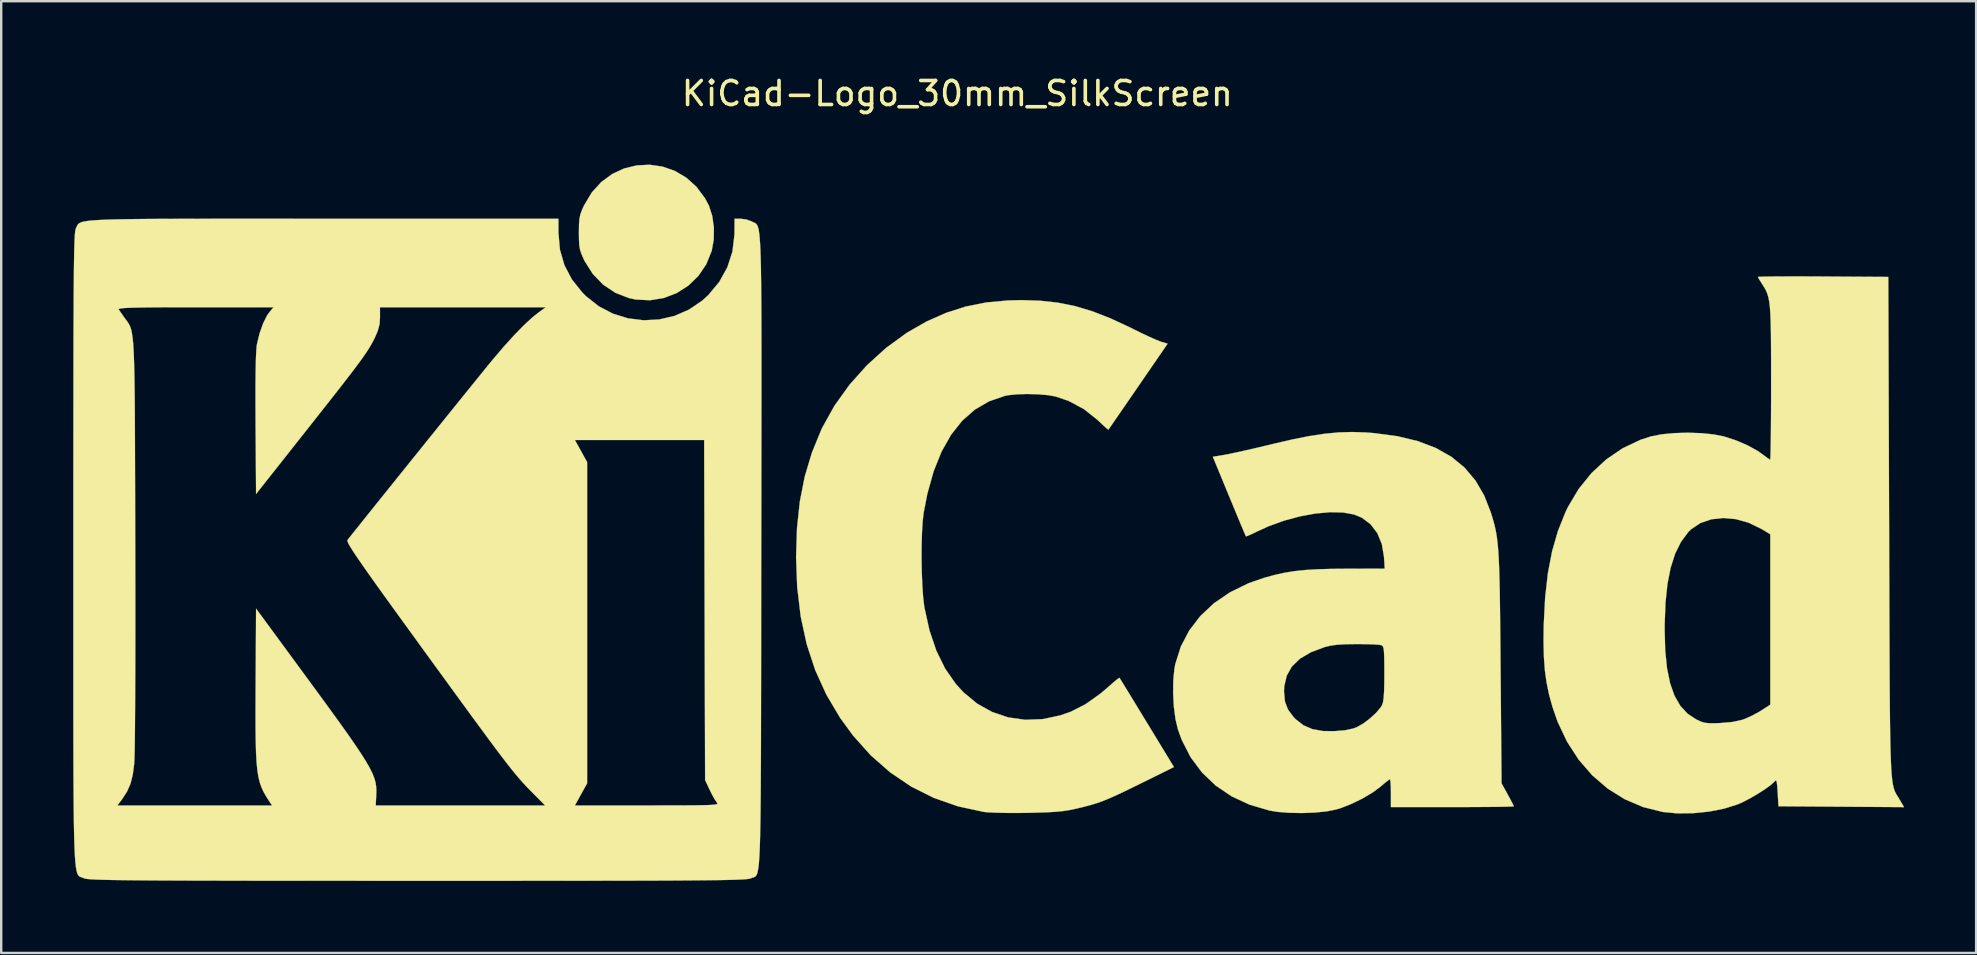
<source format=kicad_pcb>
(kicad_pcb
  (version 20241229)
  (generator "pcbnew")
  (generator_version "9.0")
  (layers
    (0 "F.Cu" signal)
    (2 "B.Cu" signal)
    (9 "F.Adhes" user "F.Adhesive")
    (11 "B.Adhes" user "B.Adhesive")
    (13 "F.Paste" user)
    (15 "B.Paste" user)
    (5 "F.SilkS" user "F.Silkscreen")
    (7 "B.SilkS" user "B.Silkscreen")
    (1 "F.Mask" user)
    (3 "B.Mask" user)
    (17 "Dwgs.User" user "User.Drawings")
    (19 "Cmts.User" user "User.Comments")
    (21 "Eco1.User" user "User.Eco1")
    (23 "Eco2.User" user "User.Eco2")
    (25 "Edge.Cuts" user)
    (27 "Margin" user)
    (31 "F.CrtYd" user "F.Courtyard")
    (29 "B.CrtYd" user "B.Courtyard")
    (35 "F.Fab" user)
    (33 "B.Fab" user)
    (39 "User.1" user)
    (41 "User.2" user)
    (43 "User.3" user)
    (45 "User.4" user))
  (footprint "KiCad-Logo_30mm_SilkScreen"
    (layer "F.Cu")
    (at 38.106 18.628)
    (property "Reference" "KiCad-Logo_30mm_SilkScreen" (at -1.27 -17.78 0) (layer "F.SilkS") (effects (font (size 1 1) (thickness 0.15))))
    (attr exclude_from_pos_files exclude_from_bom allow_missing_courtyard)
    (fp_poly (pts (xy -13.557 -14.738) (xy -13.044 -14.56) (xy -12.567 -14.28) (xy -12.141 -13.898) (xy -11.781 -13.415) (xy -11.619 -13.11) (xy -11.48 -12.683) (xy -11.412 -12.191) (xy -11.419 -11.684) (xy -11.503 -11.226) (xy -11.73 -10.665) (xy -12.061 -10.179) (xy -12.477 -9.777) (xy -12.961 -9.468) (xy -13.499 -9.262) (xy -14.071 -9.168) (xy -14.662 -9.197) (xy -14.953 -9.259) (xy -15.521 -9.48) (xy -16.025 -9.817) (xy -16.454 -10.26) (xy -16.795 -10.798) (xy -16.823 -10.856) (xy -16.923 -11.077) (xy -16.986 -11.263) (xy -17.02 -11.459) (xy -17.033 -11.71) (xy -17.036 -11.983) (xy -17.032 -12.311) (xy -17.015 -12.549) (xy -16.976 -12.741) (xy -16.906 -12.933) (xy -16.82 -13.122) (xy -16.498 -13.66) (xy -16.103 -14.095) (xy -15.648 -14.428) (xy -15.151 -14.659) (xy -14.626 -14.787) (xy -14.09 -14.814) (xy -13.557 -14.738)) (stroke (width 0.01) (type solid)) (fill yes) (layer "F.SilkS"))
    (fp_poly (pts (xy 2.188 -9.148) (xy 2.924 -9.067) (xy 3.638 -8.923) (xy 4.357 -8.708) (xy 5.111 -8.414) (xy 5.93 -8.033) (xy 6.078 -7.959) (xy 6.416 -7.793) (xy 6.735 -7.643) (xy 7.003 -7.524) (xy 7.189 -7.45) (xy 7.218 -7.44) (xy 7.492 -7.358) (xy 6.265 -5.574) (xy 5.966 -5.138) (xy 5.691 -4.739) (xy 5.452 -4.392) (xy 5.257 -4.11) (xy 5.116 -3.905) (xy 5.038 -3.793) (xy 5.026 -3.775) (xy 4.974 -3.812) (xy 4.847 -3.924) (xy 4.668 -4.091) (xy 4.569 -4.185) (xy 4.007 -4.631) (xy 3.377 -4.97) (xy 2.834 -5.156) (xy 2.508 -5.215) (xy 2.099 -5.25) (xy 1.657 -5.262) (xy 1.228 -5.25) (xy 0.861 -5.213) (xy 0.715 -5.185) (xy 0.055 -4.958) (xy -0.539 -4.612) (xy -1.068 -4.146) (xy -1.53 -3.563) (xy -1.927 -2.861) (xy -2.256 -2.043) (xy -2.517 -1.108) (xy -2.673 -0.307) (xy -2.713 0.046) (xy -2.741 0.503) (xy -2.756 1.029) (xy -2.759 1.594) (xy -2.749 2.163) (xy -2.728 2.703) (xy -2.695 3.184) (xy -2.65 3.57) (xy -2.641 3.629) (xy -2.429 4.59) (xy -2.141 5.439) (xy -1.775 6.183) (xy -1.328 6.823) (xy -1.011 7.169) (xy -0.441 7.64) (xy 0.184 7.988) (xy 0.853 8.213) (xy 1.557 8.312) (xy 2.284 8.285) (xy 3.023 8.128) (xy 3.461 7.974) (xy 4.066 7.666) (xy 4.69 7.225) (xy 5.04 6.926) (xy 5.236 6.753) (xy 5.39 6.626) (xy 5.478 6.565) (xy 5.489 6.563) (xy 5.528 6.626) (xy 5.629 6.791) (xy 5.784 7.044) (xy 5.985 7.372) (xy 6.221 7.76) (xy 6.485 8.193) (xy 6.633 8.435) (xy 7.756 10.281) (xy 6.353 10.974) (xy 5.846 11.223) (xy 5.435 11.419) (xy 5.095 11.573) (xy 4.802 11.693) (xy 4.529 11.79) (xy 4.252 11.873) (xy 3.946 11.953) (xy 3.653 12.022) (xy 3.392 12.076) (xy 3.12 12.117) (xy 2.808 12.147) (xy 2.429 12.168) (xy 1.957 12.183) (xy 1.639 12.189) (xy 1.185 12.194) (xy 0.749 12.192) (xy 0.361 12.183) (xy 0.049 12.17) (xy -0.157 12.152) (xy -0.169 12.15) (xy -1.242 11.918) (xy -2.249 11.566) (xy -3.19 11.095) (xy -4.066 10.504) (xy -4.875 9.794) (xy -5.617 8.965) (xy -6.154 8.228) (xy -6.726 7.263) (xy -7.189 6.245) (xy -7.544 5.164) (xy -7.794 4.013) (xy -7.941 2.783) (xy -7.987 1.534) (xy -7.949 0.327) (xy -7.83 -0.788) (xy -7.625 -1.828) (xy -7.33 -2.812) (xy -6.943 -3.759) (xy -6.897 -3.857) (xy -6.387 -4.774) (xy -5.761 -5.647) (xy -5.037 -6.457) (xy -4.232 -7.187) (xy -3.364 -7.818) (xy -2.555 -8.281) (xy -1.738 -8.643) (xy -0.919 -8.906) (xy -0.066 -9.076) (xy 0.851 -9.16) (xy 1.4 -9.173) (xy 2.188 -9.148)) (stroke (width 0.01) (type solid)) (fill yes) (layer "F.SilkS"))
    (fp_poly (pts (xy 34.027 -10.161) (xy 34.608 -10.159) (xy 34.806 -10.157) (xy 37.52 -10.14) (xy 37.554 0.273) (xy 37.558 1.685) (xy 37.562 2.967) (xy 37.566 4.126) (xy 37.57 5.168) (xy 37.574 6.1) (xy 37.578 6.929) (xy 37.584 7.661) (xy 37.59 8.303) (xy 37.598 8.861) (xy 37.607 9.342) (xy 37.618 9.753) (xy 37.631 10.101) (xy 37.646 10.392) (xy 37.664 10.632) (xy 37.685 10.828) (xy 37.709 10.988) (xy 37.736 11.117) (xy 37.766 11.222) (xy 37.801 11.31) (xy 37.84 11.388) (xy 37.883 11.462) (xy 37.931 11.538) (xy 37.983 11.624) (xy 37.994 11.642) (xy 38.175 11.951) (xy 35.56 11.933) (xy 32.945 11.915) (xy 32.911 11.34) (xy 32.892 11.065) (xy 32.873 10.905) (xy 32.847 10.842) (xy 32.807 10.855) (xy 32.774 10.891) (xy 32.63 11.024) (xy 32.396 11.195) (xy 32.105 11.383) (xy 31.788 11.568) (xy 31.481 11.73) (xy 31.244 11.836) (xy 30.691 12.011) (xy 30.056 12.136) (xy 29.386 12.204) (xy 28.728 12.211) (xy 28.129 12.154) (xy 28.12 12.152) (xy 27.301 11.947) (xy 26.534 11.619) (xy 25.827 11.177) (xy 25.187 10.627) (xy 24.622 9.976) (xy 24.139 9.231) (xy 23.745 8.4) (xy 23.53 7.784) (xy 23.388 7.269) (xy 23.284 6.77) (xy 23.212 6.257) (xy 23.171 5.699) (xy 23.156 5.068) (xy 23.162 4.552) (xy 28.201 4.552) (xy 28.225 5.417) (xy 28.3 6.161) (xy 28.429 6.791) (xy 28.614 7.314) (xy 28.857 7.735) (xy 29.161 8.062) (xy 29.511 8.293) (xy 29.694 8.38) (xy 29.852 8.432) (xy 30.029 8.455) (xy 30.266 8.457) (xy 30.521 8.448) (xy 31.023 8.404) (xy 31.42 8.317) (xy 31.545 8.274) (xy 31.83 8.145) (xy 32.131 7.984) (xy 32.262 7.903) (xy 32.603 7.68) (xy 32.603 0.582) (xy 32.228 0.357) (xy 31.704 0.102) (xy 31.169 -0.048) (xy 30.642 -0.096) (xy 30.143 -0.041) (xy 29.691 0.115) (xy 29.307 0.372) (xy 29.182 0.495) (xy 28.883 0.898) (xy 28.641 1.386) (xy 28.454 1.968) (xy 28.319 2.651) (xy 28.236 3.444) (xy 28.202 4.355) (xy 28.201 4.552) (xy 23.162 4.552) (xy 23.165 4.337) (xy 23.223 3.213) (xy 23.338 2.199) (xy 23.515 1.281) (xy 23.757 0.443) (xy 24.065 -0.329) (xy 24.175 -0.558) (xy 24.619 -1.304) (xy 25.155 -1.967) (xy 25.771 -2.537) (xy 26.454 -3.002) (xy 27.191 -3.352) (xy 27.634 -3.496) (xy 28.068 -3.581) (xy 28.591 -3.632) (xy 29.158 -3.649) (xy 29.725 -3.63) (xy 30.25 -3.577) (xy 30.671 -3.494) (xy 31.172 -3.331) (xy 31.658 -3.122) (xy 32.083 -2.887) (xy 32.309 -2.727) (xy 32.465 -2.609) (xy 32.575 -2.537) (xy 32.599 -2.526) (xy 32.607 -2.592) (xy 32.614 -2.782) (xy 32.621 -3.081) (xy 32.627 -3.476) (xy 32.631 -3.955) (xy 32.635 -4.504) (xy 32.637 -5.108) (xy 32.638 -5.725) (xy 32.637 -6.514) (xy 32.635 -7.179) (xy 32.631 -7.733) (xy 32.622 -8.189) (xy 32.609 -8.559) (xy 32.589 -8.857) (xy 32.562 -9.094) (xy 32.526 -9.283) (xy 32.481 -9.438) (xy 32.426 -9.571) (xy 32.358 -9.695) (xy 32.277 -9.822) (xy 32.267 -9.837) (xy 32.163 -10.002) (xy 32.1 -10.115) (xy 32.091 -10.139) (xy 32.157 -10.146) (xy 32.345 -10.152) (xy 32.641 -10.157) (xy 33.029 -10.16) (xy 33.496 -10.161) (xy 34.027 -10.161)) (stroke (width 0.01) (type solid)) (fill yes) (layer "F.SilkS"))
    (fp_poly (pts (xy 15.752 -3.659) (xy 16.091 -3.633) (xy 17.059 -3.505) (xy 17.916 -3.299) (xy 18.666 -3.014) (xy 19.315 -2.647) (xy 19.865 -2.195) (xy 20.321 -1.655) (xy 20.687 -1.024) (xy 20.954 -0.341) (xy 21.022 -0.124) (xy 21.081 0.08) (xy 21.132 0.281) (xy 21.176 0.49) (xy 21.213 0.719) (xy 21.244 0.977) (xy 21.27 1.277) (xy 21.291 1.628) (xy 21.308 2.042) (xy 21.322 2.531) (xy 21.334 3.104) (xy 21.343 3.774) (xy 21.352 4.55) (xy 21.36 5.444) (xy 21.366 6.145) (xy 21.406 10.959) (xy 21.662 11.422) (xy 21.783 11.645) (xy 21.873 11.819) (xy 21.916 11.911) (xy 21.918 11.917) (xy 21.852 11.924) (xy 21.665 11.931) (xy 21.37 11.937) (xy 20.985 11.942) (xy 20.522 11.945) (xy 19.997 11.948) (xy 19.425 11.949) (xy 19.357 11.949) (xy 16.797 11.949) (xy 16.797 11.369) (xy 16.792 11.106) (xy 16.781 10.906) (xy 16.764 10.798) (xy 16.757 10.788) (xy 16.689 10.83) (xy 16.549 10.939) (xy 16.368 11.093) (xy 16.364 11.097) (xy 16.033 11.343) (xy 15.615 11.59) (xy 15.158 11.814) (xy 14.708 11.991) (xy 14.509 12.051) (xy 14.115 12.128) (xy 13.631 12.177) (xy 13.102 12.197) (xy 12.572 12.188) (xy 12.085 12.15) (xy 11.744 12.095) (xy 10.909 11.849) (xy 10.157 11.5) (xy 9.493 11.05) (xy 8.922 10.505) (xy 8.449 9.868) (xy 8.079 9.145) (xy 7.92 8.706) (xy 7.82 8.279) (xy 7.753 7.767) (xy 7.723 7.216) (xy 7.724 7.136) (xy 12.342 7.136) (xy 12.38 7.545) (xy 12.507 7.885) (xy 12.743 8.201) (xy 12.834 8.293) (xy 13.155 8.543) (xy 13.527 8.703) (xy 13.973 8.781) (xy 14.442 8.786) (xy 14.887 8.749) (xy 15.228 8.675) (xy 15.376 8.62) (xy 15.642 8.469) (xy 15.925 8.256) (xy 16.183 8.018) (xy 16.375 7.789) (xy 16.426 7.705) (xy 16.466 7.588) (xy 16.494 7.401) (xy 16.513 7.126) (xy 16.522 6.747) (xy 16.524 6.385) (xy 16.522 5.964) (xy 16.517 5.659) (xy 16.506 5.452) (xy 16.487 5.321) (xy 16.458 5.247) (xy 16.417 5.21) (xy 16.404 5.204) (xy 16.294 5.186) (xy 16.077 5.171) (xy 15.781 5.161) (xy 15.438 5.157) (xy 15.363 5.157) (xy 14.903 5.164) (xy 14.549 5.186) (xy 14.266 5.225) (xy 14.034 5.283) (xy 13.456 5.501) (xy 13.002 5.77) (xy 12.67 6.093) (xy 12.455 6.475) (xy 12.352 6.92) (xy 12.342 7.136) (xy 7.724 7.136) (xy 7.729 6.675) (xy 7.776 6.189) (xy 7.812 5.993) (xy 8.042 5.265) (xy 8.392 4.595) (xy 8.855 3.99) (xy 9.424 3.456) (xy 10.094 2.999) (xy 10.857 2.626) (xy 11.505 2.399) (xy 11.939 2.28) (xy 12.353 2.188) (xy 12.776 2.119) (xy 13.233 2.071) (xy 13.752 2.04) (xy 14.36 2.023) (xy 14.91 2.019) (xy 16.539 2.014) (xy 16.508 1.524) (xy 16.419 0.993) (xy 16.231 0.536) (xy 15.95 0.166) (xy 15.586 -0.108) (xy 15.265 -0.241) (xy 14.806 -0.325) (xy 14.258 -0.337) (xy 13.65 -0.282) (xy 13.004 -0.163) (xy 12.348 0.014) (xy 11.708 0.245) (xy 11.242 0.457) (xy 11.018 0.566) (xy 10.847 0.641) (xy 10.76 0.671) (xy 10.756 0.67) (xy 10.726 0.604) (xy 10.651 0.428) (xy 10.538 0.16) (xy 10.394 -0.185) (xy 10.227 -0.588) (xy 10.057 -0.999) (xy 9.377 -2.647) (xy 9.861 -2.726) (xy 10.07 -2.766) (xy 10.385 -2.833) (xy 10.779 -2.921) (xy 11.224 -3.024) (xy 11.694 -3.135) (xy 11.881 -3.181) (xy 12.69 -3.368) (xy 13.398 -3.509) (xy 14.032 -3.606) (xy 14.618 -3.661) (xy 15.183 -3.678) (xy 15.752 -3.659)) (stroke (width 0.01) (type solid)) (fill yes) (layer "F.SilkS"))
    (fp_poly (pts (xy -29.619 -12.564) (xy -28.303 -12.563) (xy -27.691 -12.563) (xy -17.889 -12.563) (xy -17.889 -11.986) (xy -17.828 -11.283) (xy -17.641 -10.634) (xy -17.329 -10.036) (xy -16.889 -9.486) (xy -16.74 -9.337) (xy -16.205 -8.915) (xy -15.614 -8.607) (xy -14.986 -8.414) (xy -14.338 -8.334) (xy -13.688 -8.368) (xy -13.053 -8.516) (xy -12.451 -8.777) (xy -11.899 -9.152) (xy -11.651 -9.377) (xy -11.189 -9.932) (xy -10.851 -10.541) (xy -10.638 -11.198) (xy -10.555 -11.897) (xy -10.554 -11.966) (xy -10.549 -12.563) (xy -10.287 -12.563) (xy -10.054 -12.532) (xy -9.841 -12.455) (xy -9.827 -12.447) (xy -9.779 -12.422) (xy -9.735 -12.403) (xy -9.694 -12.383) (xy -9.658 -12.358) (xy -9.624 -12.321) (xy -9.594 -12.267) (xy -9.567 -12.19) (xy -9.543 -12.085) (xy -9.522 -11.946) (xy -9.504 -11.767) (xy -9.488 -11.543) (xy -9.474 -11.267) (xy -9.463 -10.935) (xy -9.453 -10.541) (xy -9.446 -10.078) (xy -9.44 -9.542) (xy -9.435 -8.927) (xy -9.432 -8.226) (xy -9.431 -7.435) (xy -9.43 -6.548) (xy -9.43 -5.558) (xy -9.431 -4.461) (xy -9.432 -3.251) (xy -9.434 -1.922) (xy -9.436 -0.468) (xy -9.439 1.116) (xy -9.439 1.309) (xy -9.441 2.903) (xy -9.443 4.366) (xy -9.444 5.704) (xy -9.446 6.923) (xy -9.448 8.027) (xy -9.45 9.023) (xy -9.453 9.917) (xy -9.457 10.714) (xy -9.461 11.419) (xy -9.467 12.038) (xy -9.474 12.578) (xy -9.483 13.043) (xy -9.493 13.44) (xy -9.505 13.773) (xy -9.52 14.049) (xy -9.536 14.273) (xy -9.555 14.451) (xy -9.577 14.589) (xy -9.601 14.692) (xy -9.628 14.766) (xy -9.659 14.816) (xy -9.692 14.849) (xy -9.73 14.869) (xy -9.771 14.883) (xy -9.815 14.896) (xy -9.864 14.914) (xy -9.876 14.919) (xy -9.914 14.931) (xy -9.976 14.942) (xy -10.07 14.953) (xy -10.2 14.962) (xy -10.371 14.97) (xy -10.59 14.978) (xy -10.861 14.985) (xy -11.19 14.991) (xy -11.584 14.996) (xy -12.046 15.001) (xy -12.582 15.005) (xy -13.199 15.009) (xy -13.902 15.012) (xy -14.695 15.014) (xy -15.585 15.016) (xy -16.577 15.017) (xy -17.676 15.019) (xy -18.889 15.019) (xy -20.22 15.02) (xy -21.674 15.02) (xy -23.258 15.02) (xy -23.772 15.02) (xy -25.391 15.02) (xy -26.879 15.019) (xy -28.242 15.019) (xy -29.485 15.018) (xy -30.613 15.017) (xy -31.633 15.015) (xy -32.549 15.013) (xy -33.368 15.011) (xy -34.094 15.008) (xy -34.734 15.005) (xy -35.293 15.001) (xy -35.776 14.996) (xy -36.189 14.991) (xy -36.538 14.986) (xy -36.828 14.979) (xy -37.064 14.972) (xy -37.253 14.964) (xy -37.399 14.955) (xy -37.508 14.945) (xy -37.587 14.934) (xy -37.64 14.922) (xy -37.668 14.911) (xy -37.72 14.89) (xy -37.766 14.874) (xy -37.809 14.858) (xy -37.849 14.836) (xy -37.884 14.804) (xy -37.916 14.754) (xy -37.945 14.682) (xy -37.97 14.581) (xy -37.993 14.447) (xy -38.013 14.273) (xy -38.03 14.054) (xy -38.045 13.784) (xy -38.058 13.458) (xy -38.068 13.069) (xy -38.077 12.613) (xy -38.084 12.084) (xy -38.086 11.881) (xy -36.263 11.881) (xy -29.822 11.881) (xy -29.946 11.693) (xy -30.07 11.5) (xy -30.174 11.316) (xy -30.261 11.129) (xy -30.332 10.925) (xy -30.389 10.692) (xy -30.433 10.416) (xy -30.465 10.086) (xy -30.487 9.687) (xy -30.501 9.208) (xy -30.508 8.635) (xy -30.509 7.955) (xy -30.506 7.156) (xy -30.505 6.86) (xy -30.487 3.68) (xy -28.473 6.423) (xy -27.902 7.2) (xy -27.408 7.878) (xy -26.984 8.464) (xy -26.626 8.967) (xy -26.329 9.397) (xy -26.086 9.762) (xy -25.893 10.071) (xy -25.744 10.334) (xy -25.633 10.559) (xy -25.557 10.755) (xy -25.508 10.931) (xy -25.483 11.097) (xy -25.475 11.261) (xy -25.479 11.432) (xy -25.48 11.453) (xy -25.502 11.881) (xy -21.973 11.881) (xy -18.444 11.881) (xy -18.969 11.351) (xy -19.111 11.206) (xy -19.246 11.066) (xy -19.38 10.921) (xy -19.519 10.764) (xy -19.667 10.589) (xy -19.833 10.386) (xy -20.02 10.148) (xy -20.236 9.867) (xy -20.486 9.536) (xy -20.776 9.147) (xy -21.112 8.691) (xy -21.501 8.162) (xy -21.947 7.551) (xy -22.457 6.851) (xy -23.037 6.054) (xy -23.512 5.4) (xy -24.108 4.578) (xy -24.629 3.86) (xy -25.078 3.238) (xy -25.46 2.706) (xy -25.78 2.256) (xy -26.043 1.882) (xy -26.253 1.578) (xy -26.416 1.336) (xy -26.535 1.149) (xy -26.616 1.011) (xy -26.663 0.915) (xy -26.682 0.854) (xy -26.676 0.822) (xy -26.61 0.736) (xy -26.466 0.555) (xy -26.254 0.29) (xy -25.982 -0.05) (xy -25.66 -0.453) (xy -25.294 -0.908) (xy -24.895 -1.405) (xy -24.47 -1.933) (xy -24.029 -2.482) (xy -23.58 -3.039) (xy -23.334 -3.346) (xy -17.204 -3.346) (xy -16.949 -2.885) (xy -16.694 -2.424) (xy -16.694 10.959) (xy -16.949 11.42) (xy -17.204 11.881) (xy -14.19 11.881) (xy -13.471 11.88) (xy -12.877 11.879) (xy -12.396 11.877) (xy -12.018 11.873) (xy -11.731 11.868) (xy -11.524 11.859) (xy -11.385 11.847) (xy -11.304 11.832) (xy -11.267 11.812) (xy -11.265 11.788) (xy -11.286 11.76) (xy -11.286 11.759) (xy -11.373 11.635) (xy -11.487 11.432) (xy -11.587 11.23) (xy -11.778 10.822) (xy -11.798 3.738) (xy -11.817 -3.346) (xy -17.204 -3.346) (xy -23.334 -3.346) (xy -23.132 -3.595) (xy -22.694 -4.14) (xy -22.273 -4.661) (xy -21.88 -5.149) (xy -21.521 -5.592) (xy -21.207 -5.98) (xy -20.946 -6.302) (xy -20.746 -6.548) (xy -20.628 -6.691) (xy -20.172 -7.227) (xy -19.734 -7.71) (xy -19.328 -8.126) (xy -18.97 -8.457) (xy -18.715 -8.66) (xy -18.415 -8.876) (xy -25.325 -8.876) (xy -25.323 -8.471) (xy -25.342 -8.173) (xy -25.415 -7.896) (xy -25.527 -7.634) (xy -25.6 -7.486) (xy -25.679 -7.34) (xy -25.77 -7.185) (xy -25.881 -7.012) (xy -26.019 -6.811) (xy -26.191 -6.572) (xy -26.405 -6.286) (xy -26.667 -5.943) (xy -26.985 -5.533) (xy -27.366 -5.047) (xy -27.817 -4.475) (xy -28.345 -3.806) (xy -28.404 -3.731) (xy -30.487 -1.097) (xy -30.507 -4.014) (xy -30.511 -4.887) (xy -30.51 -5.627) (xy -30.504 -6.235) (xy -30.494 -6.714) (xy -30.478 -7.066) (xy -30.457 -7.294) (xy -30.45 -7.337) (xy -30.339 -7.792) (xy -30.194 -8.203) (xy -30.029 -8.533) (xy -29.929 -8.673) (xy -29.758 -8.876) (xy -33.011 -8.876) (xy -33.787 -8.876) (xy -34.436 -8.874) (xy -34.968 -8.87) (xy -35.391 -8.864) (xy -35.715 -8.856) (xy -35.95 -8.845) (xy -36.106 -8.831) (xy -36.191 -8.815) (xy -36.215 -8.795) (xy -36.213 -8.791) (xy -36.144 -8.687) (xy -36.029 -8.522) (xy -35.969 -8.438) (xy -35.908 -8.355) (xy -35.852 -8.281) (xy -35.803 -8.208) (xy -35.759 -8.129) (xy -35.72 -8.037) (xy -35.686 -7.924) (xy -35.657 -7.784) (xy -35.632 -7.608) (xy -35.61 -7.39) (xy -35.592 -7.122) (xy -35.577 -6.797) (xy -35.565 -6.408) (xy -35.555 -5.947) (xy -35.547 -5.406) (xy -35.541 -4.779) (xy -35.536 -4.058) (xy -35.533 -3.236) (xy -35.53 -2.306) (xy -35.527 -1.26) (xy -35.524 -0.091) (xy -35.521 0.983) (xy -35.519 2.181) (xy -35.517 3.323) (xy -35.517 4.404) (xy -35.518 5.414) (xy -35.52 6.348) (xy -35.524 7.198) (xy -35.528 7.956) (xy -35.533 8.615) (xy -35.539 9.169) (xy -35.546 9.609) (xy -35.554 9.928) (xy -35.563 10.12) (xy -35.564 10.14) (xy -35.625 10.604) (xy -35.719 10.977) (xy -35.863 11.302) (xy -36.071 11.624) (xy -36.097 11.659) (xy -36.263 11.881) (xy -38.086 11.881) (xy -38.089 11.475) (xy -38.094 10.782) (xy -38.097 9.999) (xy -38.099 9.119) (xy -38.1 8.138) (xy -38.1 7.05) (xy -38.101 5.848) (xy -38.1 4.529) (xy -38.1 3.085) (xy -38.1 1.511) (xy -38.1 1.198) (xy -38.1 -0.392) (xy -38.1 -1.852) (xy -38.099 -3.186) (xy -38.098 -4.4) (xy -38.097 -5.5) (xy -38.095 -6.492) (xy -38.094 -7.381) (xy -38.091 -8.172) (xy -38.088 -8.872) (xy -38.085 -9.486) (xy -38.08 -10.019) (xy -38.076 -10.477) (xy -38.07 -10.866) (xy -38.064 -11.191) (xy -38.057 -11.458) (xy -38.049 -11.673) (xy -38.041 -11.841) (xy -38.031 -11.967) (xy -38.021 -12.058) (xy -38.009 -12.119) (xy -37.997 -12.155) (xy -37.996 -12.156) (xy -37.971 -12.211) (xy -37.949 -12.262) (xy -37.926 -12.307) (xy -37.893 -12.347) (xy -37.845 -12.383) (xy -37.775 -12.415) (xy -37.677 -12.443) (xy -37.543 -12.467) (xy -37.368 -12.488) (xy -37.144 -12.505) (xy -36.866 -12.52) (xy -36.526 -12.532) (xy -36.118 -12.541) (xy -35.635 -12.549) (xy -35.072 -12.555) (xy -34.421 -12.559) (xy -33.675 -12.561) (xy -32.829 -12.563) (xy -31.875 -12.564) (xy -30.807 -12.564) (xy -29.619 -12.564)) (stroke (width 0.01) (type solid)) (fill yes) (layer "F.SilkS")))
  (gr_rect
    (start -3 -3)
    (end 79.286 36.653)
    (stroke (width 0.1) (type default))
    (fill no)
    (layer "Edge.Cuts")))
</source>
